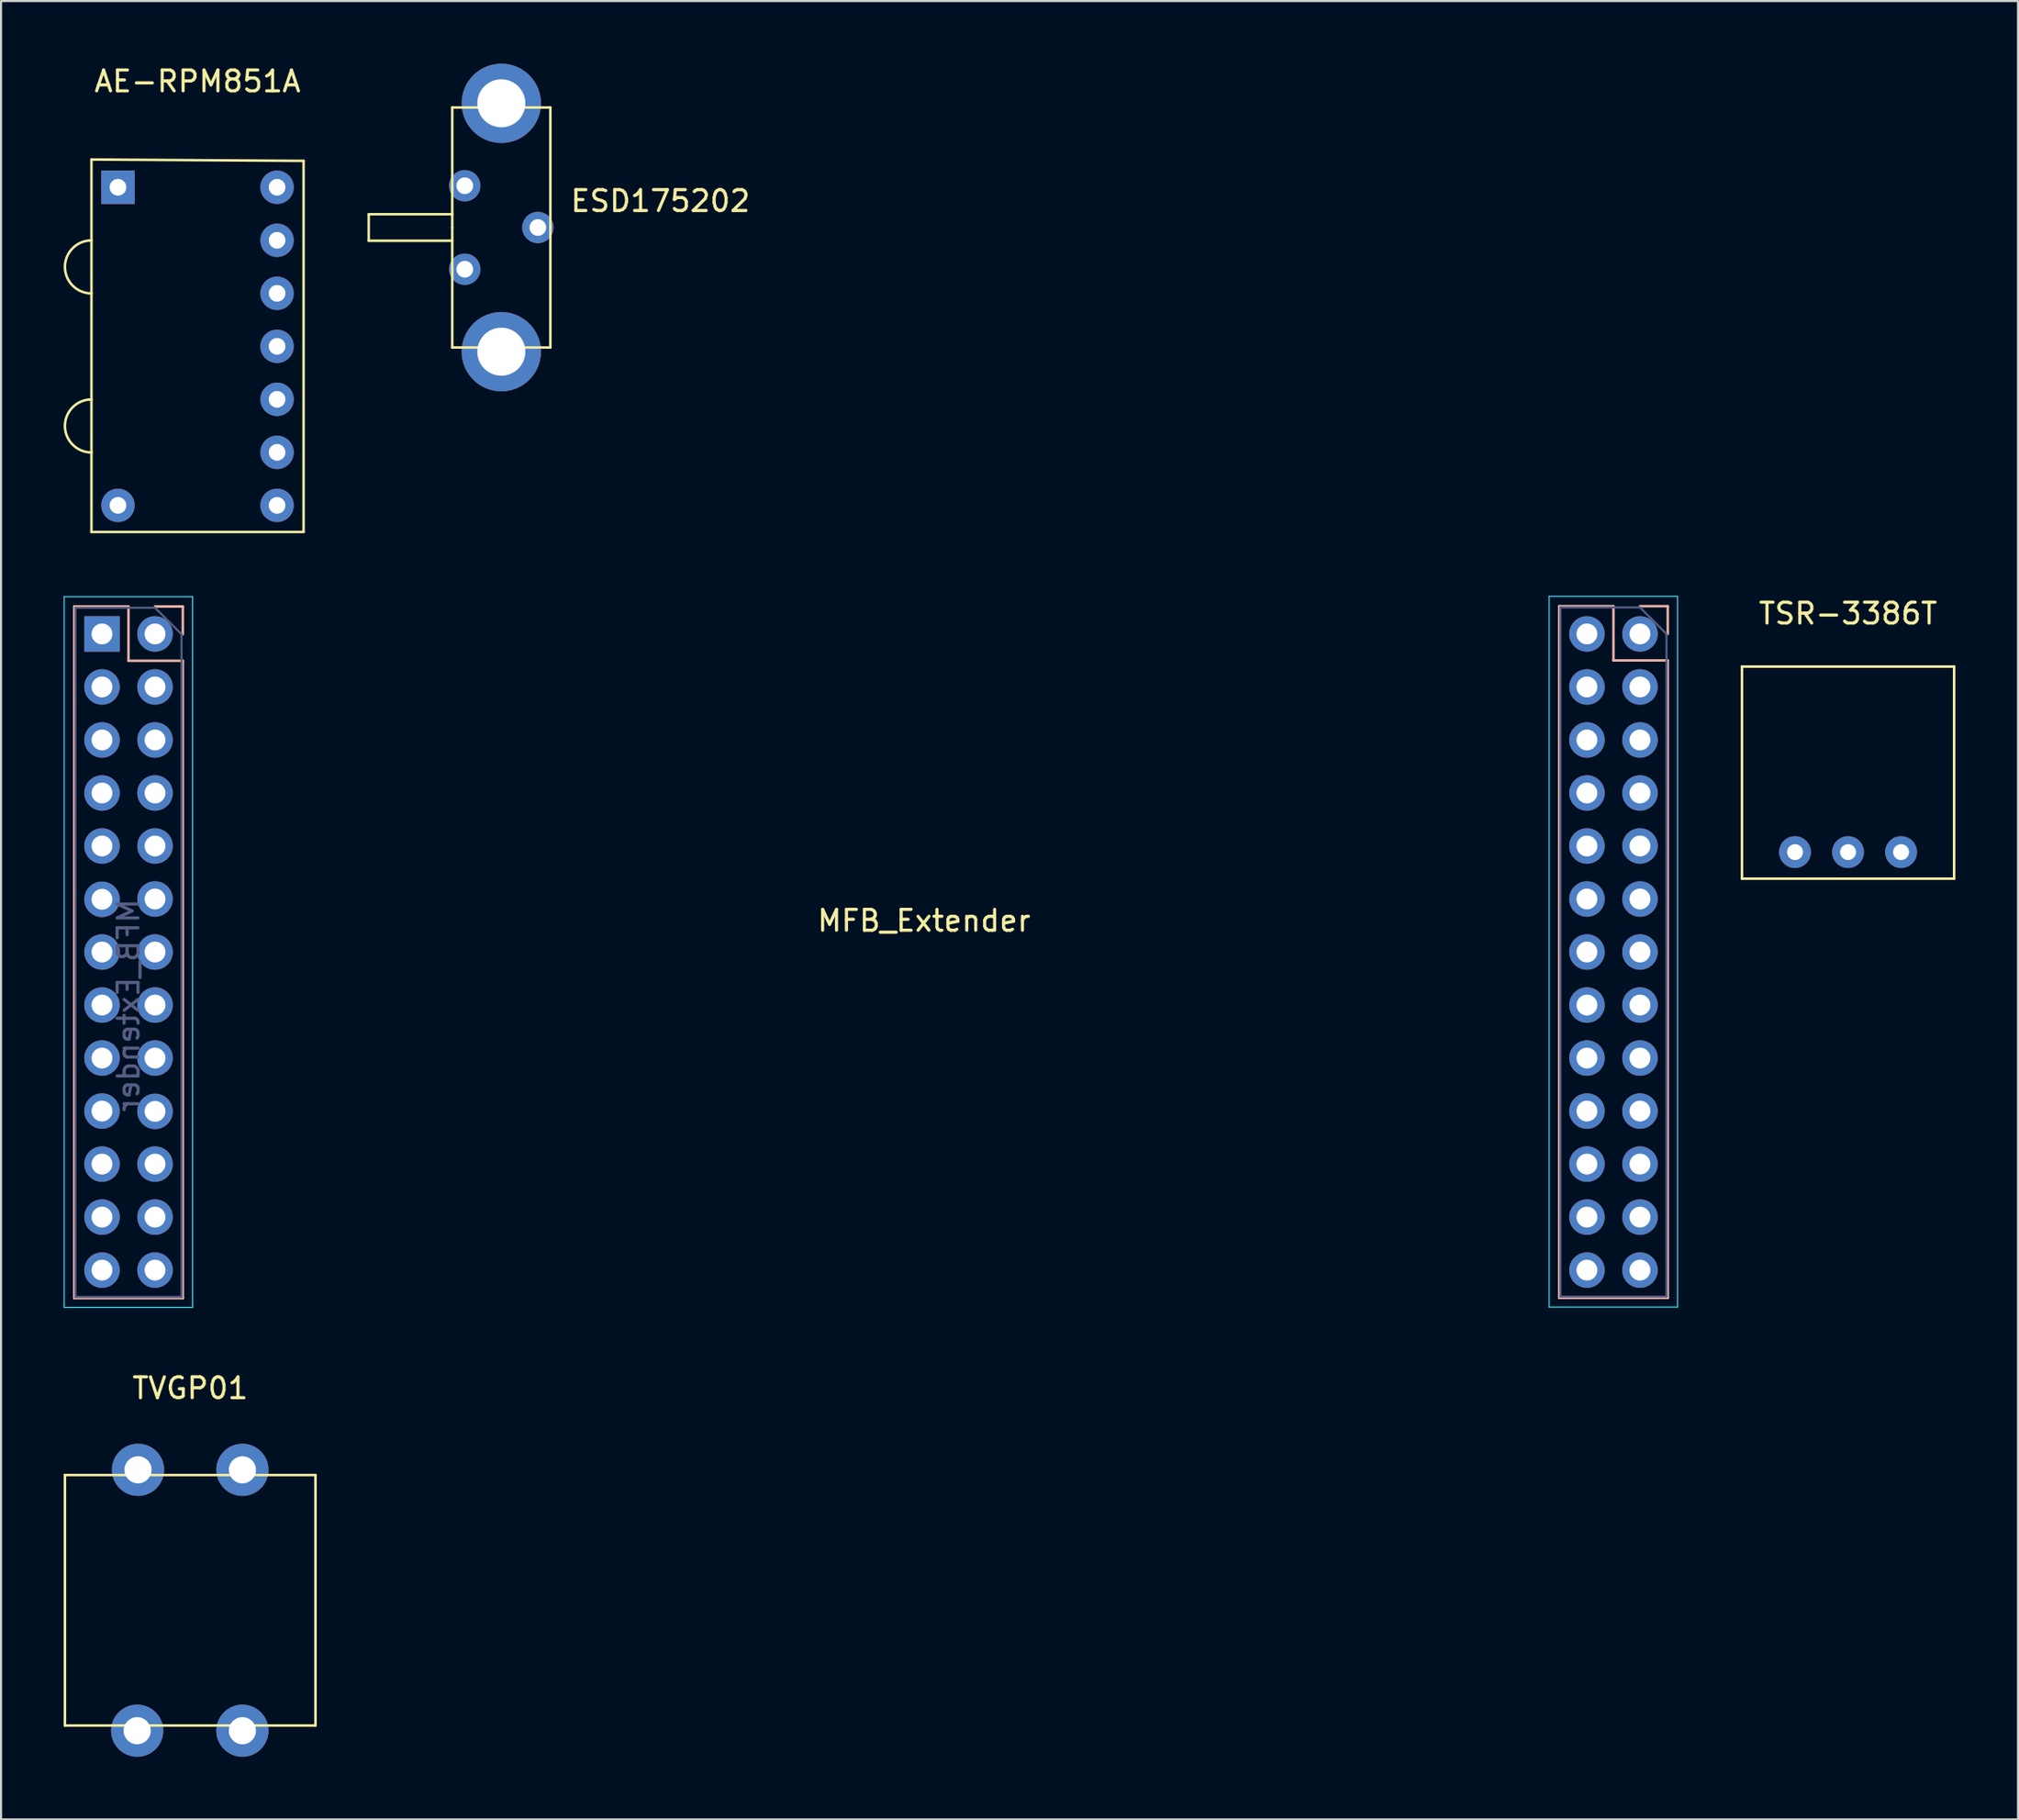
<source format=kicad_pcb>
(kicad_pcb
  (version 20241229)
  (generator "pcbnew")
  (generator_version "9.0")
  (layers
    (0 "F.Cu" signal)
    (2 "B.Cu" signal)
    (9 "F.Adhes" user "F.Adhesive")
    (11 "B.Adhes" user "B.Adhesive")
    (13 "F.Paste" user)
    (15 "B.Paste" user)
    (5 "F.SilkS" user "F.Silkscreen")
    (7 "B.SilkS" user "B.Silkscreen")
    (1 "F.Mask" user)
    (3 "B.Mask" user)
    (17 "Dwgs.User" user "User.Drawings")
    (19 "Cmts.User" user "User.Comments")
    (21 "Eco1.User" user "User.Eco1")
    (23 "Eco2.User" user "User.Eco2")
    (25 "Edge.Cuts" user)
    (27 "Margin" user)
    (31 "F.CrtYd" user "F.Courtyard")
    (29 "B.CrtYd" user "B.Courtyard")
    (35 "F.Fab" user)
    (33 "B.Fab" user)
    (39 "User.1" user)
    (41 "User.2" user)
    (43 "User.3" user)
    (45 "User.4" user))
  (footprint "MFB_Extender"
    (layer "F.Cu")
    (at 1.835 27.323)
    (property "Reference" "MFB_Extender" (at 39.37 13.74 0) (unlocked yes) (layer "F.SilkS") (effects (font (size 1 1) (thickness 0.15))))
    (attr through_hole)
    (fp_line (start -1.33 -1.315) (end -1.33 31.825) (stroke (width 0.12) (type solid)) (layer "B.SilkS"))
    (fp_line (start 1.27 -1.315) (end -1.33 -1.315) (stroke (width 0.12) (type solid)) (layer "B.SilkS"))
    (fp_line (start 1.27 1.285) (end 1.27 -1.315) (stroke (width 0.12) (type solid)) (layer "B.SilkS"))
    (fp_line (start 3.87 -1.315) (end 2.54 -1.315) (stroke (width 0.12) (type solid)) (layer "B.SilkS"))
    (fp_line (start 3.87 0.015) (end 3.87 -1.315) (stroke (width 0.12) (type solid)) (layer "B.SilkS"))
    (fp_line (start 3.87 1.285) (end 1.27 1.285) (stroke (width 0.12) (type solid)) (layer "B.SilkS"))
    (fp_line (start 3.87 1.285) (end 3.87 31.825) (stroke (width 0.12) (type solid)) (layer "B.SilkS"))
    (fp_line (start 3.87 31.825) (end -1.33 31.825) (stroke (width 0.12) (type solid)) (layer "B.SilkS"))
    (fp_line (start 69.79 -1.33) (end 69.79 31.81) (stroke (width 0.12) (type solid)) (layer "B.SilkS"))
    (fp_line (start 72.39 -1.33) (end 69.79 -1.33) (stroke (width 0.12) (type solid)) (layer "B.SilkS"))
    (fp_line (start 72.39 1.27) (end 72.39 -1.33) (stroke (width 0.12) (type solid)) (layer "B.SilkS"))
    (fp_line (start 74.99 -1.33) (end 73.66 -1.33) (stroke (width 0.12) (type solid)) (layer "B.SilkS"))
    (fp_line (start 74.99 0) (end 74.99 -1.33) (stroke (width 0.12) (type solid)) (layer "B.SilkS"))
    (fp_line (start 74.99 1.27) (end 72.39 1.27) (stroke (width 0.12) (type solid)) (layer "B.SilkS"))
    (fp_line (start 74.99 1.27) (end 74.99 31.81) (stroke (width 0.12) (type solid)) (layer "B.SilkS"))
    (fp_line (start 74.99 31.81) (end 69.79 31.81) (stroke (width 0.12) (type solid)) (layer "B.SilkS"))
    (fp_line (start -1.81 -1.785) (end 4.34 -1.785) (stroke (width 0.05) (type solid)) (layer "B.CrtYd"))
    (fp_line (start -1.81 32.265) (end -1.81 -1.785) (stroke (width 0.05) (type solid)) (layer "B.CrtYd"))
    (fp_line (start 4.34 -1.785) (end 4.34 32.265) (stroke (width 0.05) (type solid)) (layer "B.CrtYd"))
    (fp_line (start 4.34 32.265) (end -1.81 32.265) (stroke (width 0.05) (type solid)) (layer "B.CrtYd"))
    (fp_line (start 69.31 -1.8) (end 75.46 -1.8) (stroke (width 0.05) (type solid)) (layer "B.CrtYd"))
    (fp_line (start 69.31 32.25) (end 69.31 -1.8) (stroke (width 0.05) (type solid)) (layer "B.CrtYd"))
    (fp_line (start 75.46 -1.8) (end 75.46 32.25) (stroke (width 0.05) (type solid)) (layer "B.CrtYd"))
    (fp_line (start 75.46 32.25) (end 69.31 32.25) (stroke (width 0.05) (type solid)) (layer "B.CrtYd"))
    (fp_line (start -1.27 -1.255) (end -1.27 31.765) (stroke (width 0.1) (type solid)) (layer "B.Fab"))
    (fp_line (start -1.27 31.765) (end 3.81 31.765) (stroke (width 0.1) (type solid)) (layer "B.Fab"))
    (fp_line (start 2.54 -1.255) (end -1.27 -1.255) (stroke (width 0.1) (type solid)) (layer "B.Fab"))
    (fp_line (start 3.81 0.015) (end 2.54 -1.255) (stroke (width 0.1) (type solid)) (layer "B.Fab"))
    (fp_line (start 3.81 31.765) (end 3.81 0.015) (stroke (width 0.1) (type solid)) (layer "B.Fab"))
    (fp_line (start 69.85 -1.27) (end 69.85 31.75) (stroke (width 0.1) (type solid)) (layer "B.Fab"))
    (fp_line (start 69.85 31.75) (end 74.93 31.75) (stroke (width 0.1) (type solid)) (layer "B.Fab"))
    (fp_line (start 73.66 -1.27) (end 69.85 -1.27) (stroke (width 0.1) (type solid)) (layer "B.Fab"))
    (fp_line (start 74.93 0) (end 73.66 -1.27) (stroke (width 0.1) (type solid)) (layer "B.Fab"))
    (fp_line (start 74.93 31.75) (end 74.93 0) (stroke (width 0.1) (type solid)) (layer "B.Fab"))
    (fp_text user "${REFERENCE}" (at 1.27 17.795 270) (layer "B.Fab") (effects (font (size 1 1) (thickness 0.15)) (justify mirror)))
    (pad "1" thru_hole rect (at 0 0) (size 1.7 1.7) (drill 1) (layers "*.Cu" "*.Mask"))
    (pad "2" thru_hole oval (at 0 2.54) (size 1.7 1.7) (drill 1) (layers "*.Cu" "*.Mask"))
    (pad "3" thru_hole oval (at 0 5.08) (size 1.7 1.7) (drill 1) (layers "*.Cu" "*.Mask"))
    (pad "4" thru_hole oval (at 0 7.62) (size 1.7 1.7) (drill 1) (layers "*.Cu" "*.Mask"))
    (pad "5" thru_hole oval (at 0 10.16) (size 1.7 1.7) (drill 1) (layers "*.Cu" "*.Mask"))
    (pad "6" thru_hole oval (at 0 12.715) (size 1.7 1.7) (drill 1) (layers "*.Cu" "*.Mask"))
    (pad "7" thru_hole oval (at 0 15.24) (size 1.7 1.7) (drill 1) (layers "*.Cu" "*.Mask"))
    (pad "8" thru_hole oval (at 0 17.78) (size 1.7 1.7) (drill 1) (layers "*.Cu" "*.Mask"))
    (pad "9" thru_hole oval (at 0 20.32) (size 1.7 1.7) (drill 1) (layers "*.Cu" "*.Mask"))
    (pad "10" thru_hole oval (at 0 22.86) (size 1.7 1.7) (drill 1) (layers "*.Cu" "*.Mask"))
    (pad "11" thru_hole oval (at 0 25.4) (size 1.7 1.7) (drill 1) (layers "*.Cu" "*.Mask"))
    (pad "12" thru_hole oval (at 0 27.94) (size 1.7 1.7) (drill 1) (layers "*.Cu" "*.Mask"))
    (pad "13" thru_hole oval (at 0 30.48) (size 1.7 1.7) (drill 1) (layers "*.Cu" "*.Mask"))
    (pad "14" thru_hole oval (at 2.54 30.48) (size 1.7 1.7) (drill 1) (layers "*.Cu" "*.Mask"))
    (pad "15" thru_hole oval (at 2.54 27.94) (size 1.7 1.7) (drill 1) (layers "*.Cu" "*.Mask"))
    (pad "16" thru_hole oval (at 2.54 25.4) (size 1.7 1.7) (drill 1) (layers "*.Cu" "*.Mask"))
    (pad "17" thru_hole oval (at 2.54 22.875) (size 1.7 1.7) (drill 1) (layers "*.Cu" "*.Mask"))
    (pad "18" thru_hole oval (at 2.54 20.32) (size 1.7 1.7) (drill 1) (layers "*.Cu" "*.Mask"))
    (pad "19" thru_hole oval (at 2.54 17.78) (size 1.7 1.7) (drill 1) (layers "*.Cu" "*.Mask"))
    (pad "20" thru_hole oval (at 2.54 15.24) (size 1.7 1.7) (drill 1) (layers "*.Cu" "*.Mask"))
    (pad "21" thru_hole oval (at 2.54 12.7) (size 1.7 1.7) (drill 1) (layers "*.Cu" "*.Mask"))
    (pad "22" thru_hole oval (at 2.54 10.16) (size 1.7 1.7) (drill 1) (layers "*.Cu" "*.Mask"))
    (pad "23" thru_hole oval (at 2.54 7.62) (size 1.7 1.7) (drill 1) (layers "*.Cu" "*.Mask"))
    (pad "24" thru_hole oval (at 2.54 5.08) (size 1.7 1.7) (drill 1) (layers "*.Cu" "*.Mask"))
    (pad "25" thru_hole oval (at 2.54 2.54) (size 1.7 1.7) (drill 1) (layers "*.Cu" "*.Mask"))
    (pad "26" thru_hole oval (at 2.54 0) (size 1.7 1.7) (drill 1) (layers "*.Cu" "*.Mask"))
    (pad "27" thru_hole circle (at 71.12 0) (size 1.7 1.7) (drill 1) (layers "*.Cu" "*.Mask"))
    (pad "28" thru_hole circle (at 71.12 2.54) (size 1.7 1.7) (drill 1) (layers "*.Cu" "*.Mask"))
    (pad "29" thru_hole circle (at 71.12 5.08) (size 1.7 1.7) (drill 1) (layers "*.Cu" "*.Mask"))
    (pad "30" thru_hole circle (at 71.12 7.62) (size 1.7 1.7) (drill 1) (layers "*.Cu" "*.Mask"))
    (pad "31" thru_hole circle (at 71.12 10.16) (size 1.7 1.7) (drill 1) (layers "*.Cu" "*.Mask"))
    (pad "32" thru_hole circle (at 71.12 12.7) (size 1.7 1.7) (drill 1) (layers "*.Cu" "*.Mask"))
    (pad "33" thru_hole circle (at 71.12 15.24) (size 1.7 1.7) (drill 1) (layers "*.Cu" "*.Mask"))
    (pad "34" thru_hole circle (at 71.12 17.78) (size 1.7 1.7) (drill 1) (layers "*.Cu" "*.Mask"))
    (pad "35" thru_hole circle (at 71.12 20.32) (size 1.7 1.7) (drill 1) (layers "*.Cu" "*.Mask"))
    (pad "36" thru_hole circle (at 71.12 22.86) (size 1.7 1.7) (drill 1) (layers "*.Cu" "*.Mask"))
    (pad "37" thru_hole circle (at 71.12 25.4) (size 1.7 1.7) (drill 1) (layers "*.Cu" "*.Mask"))
    (pad "38" thru_hole circle (at 71.12 27.94) (size 1.7 1.7) (drill 1) (layers "*.Cu" "*.Mask"))
    (pad "39" thru_hole circle (at 71.12 30.48) (size 1.7 1.7) (drill 1) (layers "*.Cu" "*.Mask"))
    (pad "40" thru_hole circle (at 73.66 30.48) (size 1.7 1.7) (drill 1) (layers "*.Cu" "*.Mask"))
    (pad "41" thru_hole circle (at 73.66 27.94) (size 1.7 1.7) (drill 1) (layers "*.Cu" "*.Mask"))
    (pad "42" thru_hole circle (at 73.66 25.4) (size 1.7 1.7) (drill 1) (layers "*.Cu" "*.Mask"))
    (pad "43" thru_hole circle (at 73.66 22.86) (size 1.7 1.7) (drill 1) (layers "*.Cu" "*.Mask"))
    (pad "44" thru_hole circle (at 73.66 20.32) (size 1.7 1.7) (drill 1) (layers "*.Cu" "*.Mask"))
    (pad "45" thru_hole circle (at 73.66 17.78) (size 1.7 1.7) (drill 1) (layers "*.Cu" "*.Mask"))
    (pad "46" thru_hole circle (at 73.66 15.24) (size 1.7 1.7) (drill 1) (layers "*.Cu" "*.Mask"))
    (pad "47" thru_hole circle (at 73.66 12.7) (size 1.7 1.7) (drill 1) (layers "*.Cu" "*.Mask"))
    (pad "48" thru_hole circle (at 73.66 10.16) (size 1.7 1.7) (drill 1) (layers "*.Cu" "*.Mask"))
    (pad "49" thru_hole circle (at 73.66 7.62) (size 1.7 1.7) (drill 1) (layers "*.Cu" "*.Mask"))
    (pad "50" thru_hole circle (at 73.66 5.08) (size 1.7 1.7) (drill 1) (layers "*.Cu" "*.Mask"))
    (pad "51" thru_hole circle (at 73.66 2.54) (size 1.7 1.7) (drill 1) (layers "*.Cu" "*.Mask"))
    (pad "52" thru_hole circle (at 73.66 0) (size 1.7 1.7) (drill 1) (layers "*.Cu" "*.Mask")))
  (footprint "TVGP01"
    (layer "F.Cu")
    (at 6.06 73.621)
    (property "Reference" "TVGP01" (at 0 -10.16 0) (unlocked yes) (layer "F.SilkS") (effects (font (size 1 1) (thickness 0.15))))
    (attr through_hole)
    (fp_line (start -6 -6) (end -6 6) (stroke (width 0.12) (type solid)) (layer "F.SilkS"))
    (fp_line (start -6 -6) (end 6 -6) (stroke (width 0.12) (type solid)) (layer "F.SilkS"))
    (fp_line (start -6 6) (end 6 6) (stroke (width 0.12) (type solid)) (layer "F.SilkS"))
    (fp_line (start 6 -6) (end 6 6) (stroke (width 0.12) (type solid)) (layer "F.SilkS"))
    (pad "1" thru_hole circle (at -2.5 -6.25) (size 2.5 2.5) (drill 1.3) (layers "*.Cu" "*.Mask"))
    (pad "1" thru_hole circle (at 2.5 -6.25) (size 2.5 2.5) (drill 1.3) (layers "*.Cu" "*.Mask"))
    (pad "2" thru_hole circle (at -2.54 6.25) (size 2.5 2.5) (drill 1.3) (layers "*.Cu" "*.Mask"))
    (pad "2" thru_hole circle (at 2.5 6.25) (size 2.5 2.5) (drill 1.3) (layers "*.Cu" "*.Mask")))
  (footprint "TSR-3386T"
    (layer "F.Cu")
    (at 85.46 37.776)
    (property "Reference" "TSR-3386T" (at 0 -11.43 0) (unlocked yes) (layer "F.SilkS") (effects (font (size 1 1) (thickness 0.15))))
    (attr through_hole)
    (fp_line (start -5.08 -8.89) (end -5.08 1.27) (stroke (width 0.12) (type solid)) (layer "F.SilkS"))
    (fp_line (start -5.08 1.27) (end 5.08 1.27) (stroke (width 0.12) (type solid)) (layer "F.SilkS"))
    (fp_line (start 5.08 -8.89) (end -5.08 -8.89) (stroke (width 0.12) (type solid)) (layer "F.SilkS"))
    (fp_line (start 5.08 1.27) (end 5.08 -8.89) (stroke (width 0.12) (type solid)) (layer "F.SilkS"))
    (pad "1" thru_hole circle (at -2.54 0) (size 1.524 1.524) (drill 0.762) (layers "*.Cu" "*.Mask"))
    (pad "2" thru_hole circle (at 0 0) (size 1.524 1.524) (drill 0.762) (layers "*.Cu" "*.Mask"))
    (pad "3" thru_hole circle (at 2.54 0) (size 1.524 1.524) (drill 0.762) (layers "*.Cu" "*.Mask")))
  (footprint "AE-RPM851A"
    (layer "F.Cu")
    (at 6.41 5.928)
    (property "Reference" "AE-RPM851A" (at 0 -5.08 0) (unlocked yes) (layer "F.SilkS") (effects (font (size 1 1) (thickness 0.15))))
    (attr through_hole)
    (fp_line (start -5.08 -1.335) (end -5.08 16.51) (stroke (width 0.12) (type solid)) (layer "F.SilkS"))
    (fp_line (start -5.08 -1.335) (end 5.08 -1.27) (stroke (width 0.12) (type solid)) (layer "F.SilkS"))
    (fp_line (start -5.08 16.51) (end 5.08 16.51) (stroke (width 0.12) (type solid)) (layer "F.SilkS"))
    (fp_line (start 5.08 -1.27) (end 5.08 16.51) (stroke (width 0.12) (type solid)) (layer "F.SilkS"))
    (fp_arc (start -5.08 5.08) (mid -6.35 3.81) (end -5.08 2.54) (stroke (width 0.12) (type solid)) (layer "F.SilkS"))
    (fp_arc (start -5.08 12.7) (mid -6.35 11.43) (end -5.08 10.16) (stroke (width 0.12) (type solid)) (layer "F.SilkS"))
    (pad "1" thru_hole rect (at -3.81 -0.005) (size 1.6 1.6) (drill 0.8) (layers "*.Cu" "*.Mask"))
    (pad "7" thru_hole oval (at -3.81 15.235) (size 1.6 1.6) (drill 0.8) (layers "*.Cu" "*.Mask"))
    (pad "8" thru_hole oval (at 3.81 15.235) (size 1.6 1.6) (drill 0.8) (layers "*.Cu" "*.Mask"))
    (pad "9" thru_hole oval (at 3.81 12.695) (size 1.6 1.6) (drill 0.8) (layers "*.Cu" "*.Mask"))
    (pad "10" thru_hole oval (at 3.81 10.155) (size 1.6 1.6) (drill 0.8) (layers "*.Cu" "*.Mask"))
    (pad "11" thru_hole oval (at 3.81 7.615) (size 1.6 1.6) (drill 0.8) (layers "*.Cu" "*.Mask"))
    (pad "12" thru_hole oval (at 3.81 5.075) (size 1.6 1.6) (drill 0.8) (layers "*.Cu" "*.Mask"))
    (pad "13" thru_hole oval (at 3.81 2.535) (size 1.6 1.6) (drill 0.8) (layers "*.Cu" "*.Mask"))
    (pad "14" thru_hole oval (at 3.81 -0.005) (size 1.6 1.6) (drill 0.8) (layers "*.Cu" "*.Mask")))
  (footprint "ESD175202"
    (layer "F.Cu")
    (at 20.96 7.85)
    (property "Reference" "ESD175202" (at 7.62 -1.27 0) (unlocked yes) (layer "F.SilkS") (effects (font (size 1 1) (thickness 0.15))))
    (attr through_hole)
    (fp_line (start -6.35 -0.635) (end -6.35 0.635) (stroke (width 0.12) (type solid)) (layer "F.SilkS"))
    (fp_line (start -2.35 -5.75) (end -2.35 0) (stroke (width 0.12) (type solid)) (layer "F.SilkS"))
    (fp_line (start -2.35 -5.75) (end 0 -5.75) (stroke (width 0.12) (type solid)) (layer "F.SilkS"))
    (fp_line (start -2.35 -0.635) (end -6.35 -0.635) (stroke (width 0.12) (type solid)) (layer "F.SilkS"))
    (fp_line (start -2.35 0) (end -2.35 5.75) (stroke (width 0.12) (type solid)) (layer "F.SilkS"))
    (fp_line (start -2.35 0.635) (end -6.35 0.635) (stroke (width 0.12) (type solid)) (layer "F.SilkS"))
    (fp_line (start -2.35 5.75) (end 0 5.75) (stroke (width 0.12) (type solid)) (layer "F.SilkS"))
    (fp_line (start 0 -5.75) (end 2.35 -5.75) (stroke (width 0.12) (type solid)) (layer "F.SilkS"))
    (fp_line (start 0 5.75) (end 2.35 5.75) (stroke (width 0.12) (type solid)) (layer "F.SilkS"))
    (fp_line (start 2.35 -5.75) (end 2.35 0) (stroke (width 0.12) (type solid)) (layer "F.SilkS"))
    (fp_line (start 2.35 0) (end 2.35 5.75) (stroke (width 0.12) (type solid)) (layer "F.SilkS"))
    (pad "" thru_hole circle (at 0 -5.95) (size 3.8 3.8) (drill 2.3) (layers "*.Cu" "*.Mask"))
    (pad "" thru_hole circle (at 0 5.95) (size 3.8 3.8) (drill 2.3) (layers "*.Cu" "*.Mask"))
    (pad "1" thru_hole circle (at -1.75 -2) (size 1.5 1.5) (drill 0.8) (layers "*.Cu" "*.Mask"))
    (pad "2" thru_hole circle (at 1.75 0) (size 1.5 1.5) (drill 0.8) (layers "*.Cu" "*.Mask"))
    (pad "3" thru_hole circle (at -1.75 2) (size 1.5 1.5) (drill 0.8) (layers "*.Cu" "*.Mask")))
  (gr_rect
    (start -3 -3)
    (end 93.6 84.121)
    (stroke (width 0.1) (type default))
    (fill no)
    (layer "Edge.Cuts")))
</source>
